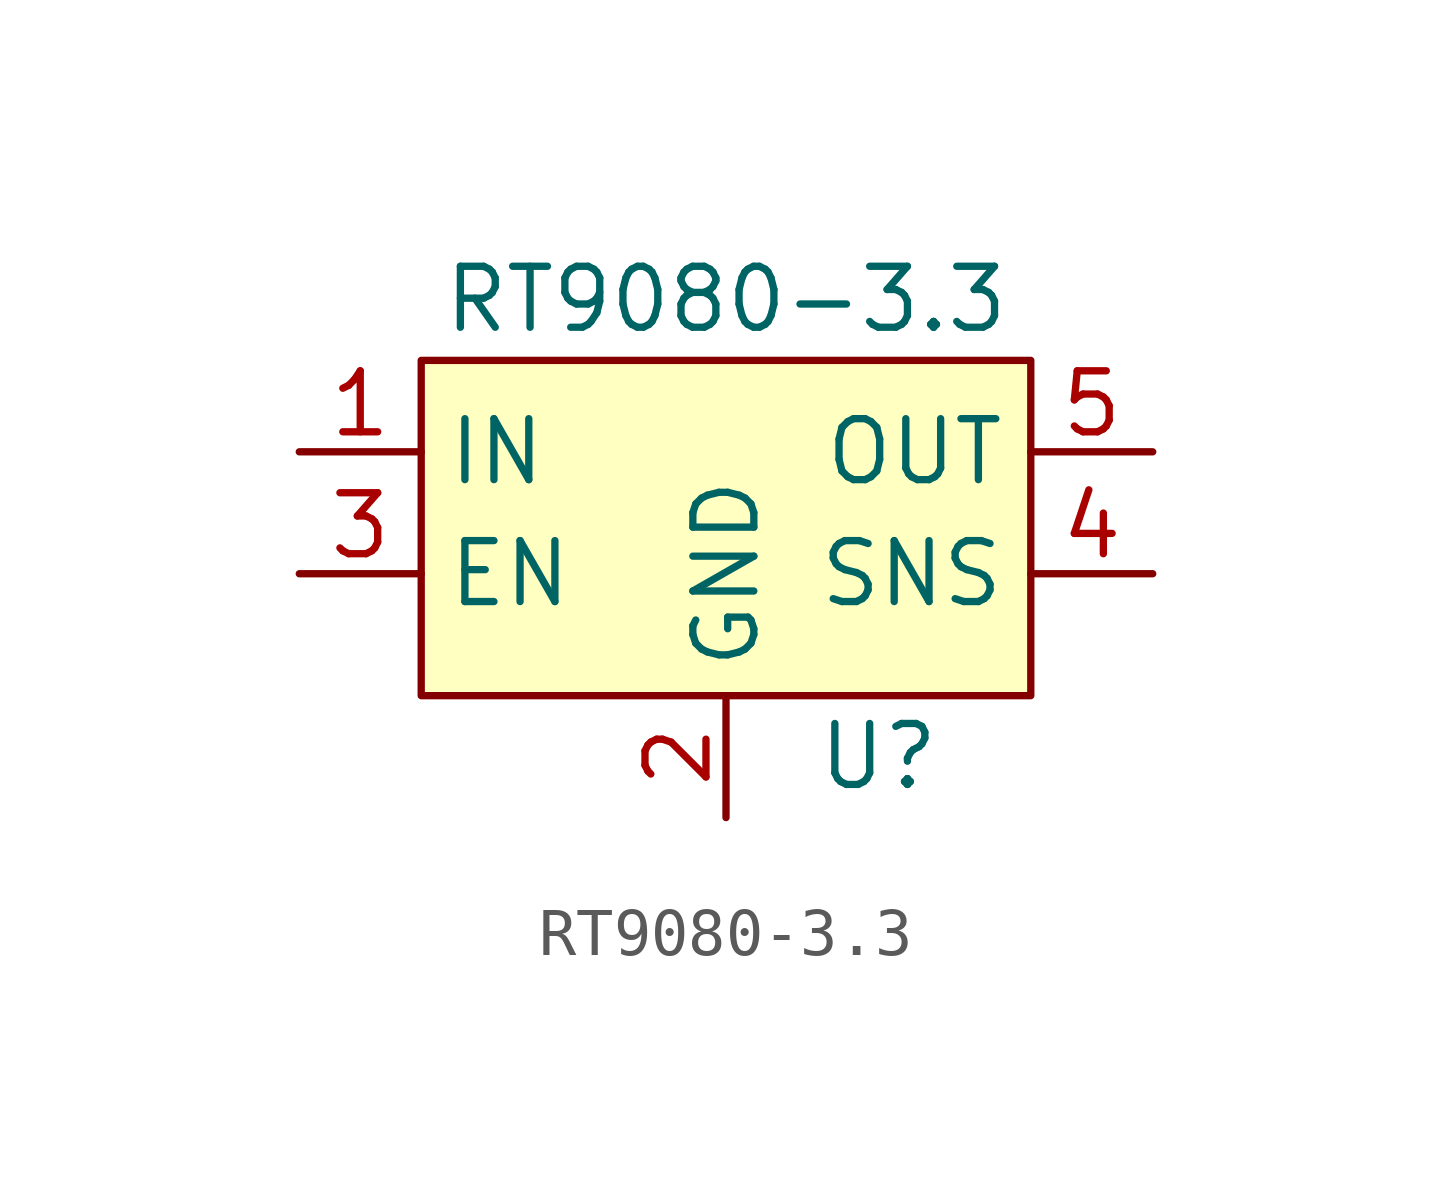
<source format=kicad_sym>
(kicad_symbol_lib
  (version 20220914)
  (generator kicad_symbol_editor)
  (symbol "RT9080-3.3"
    (property "Reference" "U"
      (at 3.175 -5.08 0)
      (effects (font (size 1.27 1.27))))
    (property "Value" "RT9080-3.3"
      (at 0 4.445 0)
      (effects (font (size 1.27 1.27))))
    (symbol "RT9080-3.3_1_1"
      (rectangle (start -6.35 3.175) (end 6.35 -3.81) (stroke (width 0) (type default)) (fill (type background)))
      (pin input line (at -8.89 1.27 0) (length 2.54) (name "IN" (effects (font (size 1.27 1.27)))) (number "1" (effects (font (size 1.27 1.27)))))
      (pin input line (at 0 -6.35 90) (length 2.54) (name "GND" (effects (font (size 1.27 1.27)))) (number "2" (effects (font (size 1.27 1.27)))))
      (pin input line (at -8.89 -1.27 0) (length 2.54) (name "EN" (effects (font (size 1.27 1.27)))) (number "3" (effects (font (size 1.27 1.27)))))
      (pin input line (at 8.89 -1.27 180) (length 2.54) (name "SNS" (effects (font (size 1.27 1.27)))) (number "4" (effects (font (size 1.27 1.27)))))
      (pin input line (at 8.89 1.27 180) (length 2.54) (name "OUT" (effects (font (size 1.27 1.27)))) (number "5" (effects (font (size 1.27 1.27))))))))
</source>
